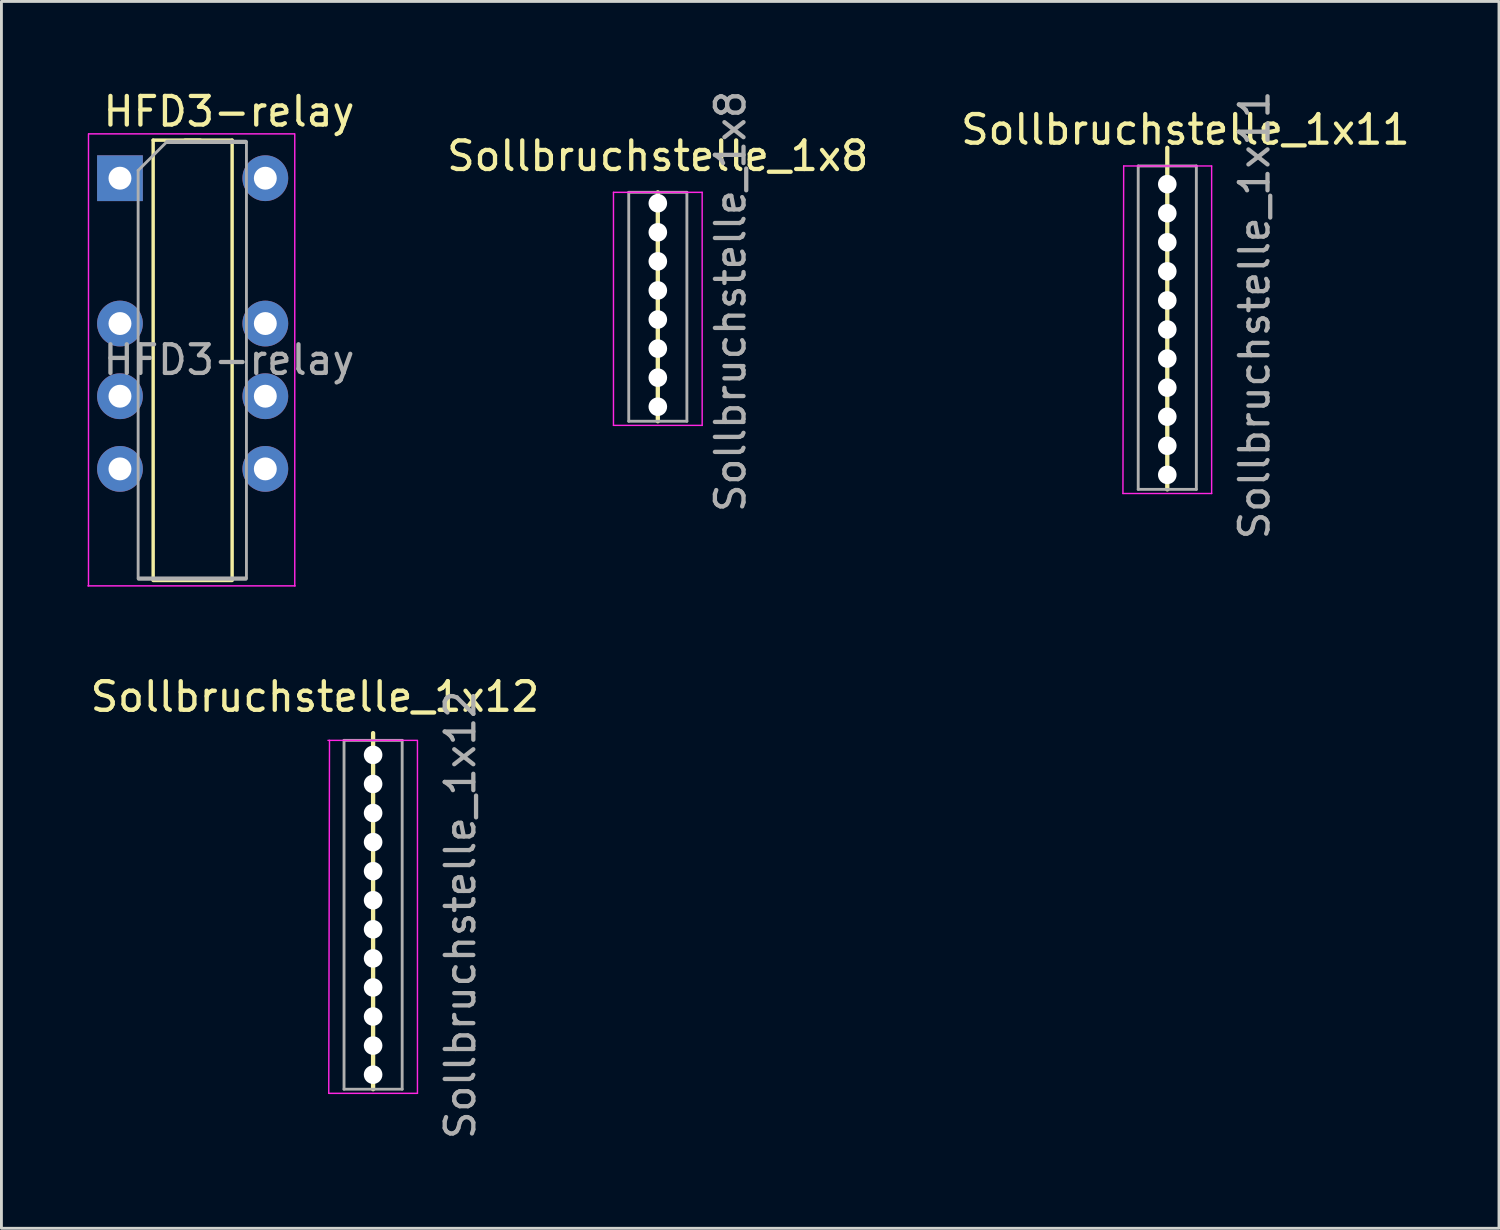
<source format=kicad_pcb>
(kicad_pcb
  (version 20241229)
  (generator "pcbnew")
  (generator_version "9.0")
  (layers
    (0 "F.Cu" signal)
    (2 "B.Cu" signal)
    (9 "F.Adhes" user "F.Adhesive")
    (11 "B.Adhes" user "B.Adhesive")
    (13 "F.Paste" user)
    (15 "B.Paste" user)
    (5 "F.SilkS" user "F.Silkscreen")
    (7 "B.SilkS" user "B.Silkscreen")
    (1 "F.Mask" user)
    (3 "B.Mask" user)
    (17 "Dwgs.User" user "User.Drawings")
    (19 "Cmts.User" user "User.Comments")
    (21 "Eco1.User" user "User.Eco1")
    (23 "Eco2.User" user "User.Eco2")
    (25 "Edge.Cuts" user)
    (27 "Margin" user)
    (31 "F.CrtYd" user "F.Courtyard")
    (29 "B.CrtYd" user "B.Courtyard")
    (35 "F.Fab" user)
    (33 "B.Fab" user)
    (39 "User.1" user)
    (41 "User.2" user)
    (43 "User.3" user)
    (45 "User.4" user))
  (footprint "Sollbruchstelle_1x8"
    (layer "F.Cu")
    (at 19.941 7.101)
    (property "Reference" "Sollbruchstelle_1x8" (at 0 -4.699 0) (layer "F.SilkS") (effects (font (size 1 1) (thickness 0.15))))
    (attr through_hole)
    (fp_line (start 0 -3.429) (end 0 4.572) (stroke (width 0.15) (type solid)) (layer "F.SilkS"))
    (fp_line (start -1.55 -3.429) (end -1.55 4.716) (stroke (width 0.05) (type solid)) (layer "F.CrtYd"))
    (fp_line (start -1.55 4.716) (end 1.55 4.716) (stroke (width 0.05) (type solid)) (layer "F.CrtYd"))
    (fp_line (start 1.55 -3.429) (end -1.55 -3.429) (stroke (width 0.05) (type solid)) (layer "F.CrtYd"))
    (fp_line (start 1.55 4.716) (end 1.55 -3.429) (stroke (width 0.05) (type solid)) (layer "F.CrtYd"))
    (fp_line (start -1.016 -3.429) (end 1.016 -3.429) (stroke (width 0.1) (type solid)) (layer "F.Fab"))
    (fp_line (start -1.016 4.572) (end -1.016 -3.429) (stroke (width 0.1) (type solid)) (layer "F.Fab"))
    (fp_line (start 1.016 -3.429) (end 1.016 4.572) (stroke (width 0.1) (type solid)) (layer "F.Fab"))
    (fp_line (start 1.016 4.572) (end -1.016 4.572) (stroke (width 0.1) (type solid)) (layer "F.Fab"))
    (fp_text user "${REFERENCE}" (at 2.54 0.381 90) (layer "F.Fab") (effects (font (size 1 1) (thickness 0.15))))
    (pad "" np_thru_hole circle (at 0 -3.048) (size 0.65 0.65) (drill 0.65) (layers "*.Cu" "*.Mask"))
    (pad "" np_thru_hole circle (at 0 -2.032) (size 0.65 0.65) (drill 0.65) (layers "*.Cu" "*.Mask"))
    (pad "" np_thru_hole circle (at 0 -1.016) (size 0.65 0.65) (drill 0.65) (layers "*.Cu" "*.Mask"))
    (pad "" np_thru_hole circle (at 0 0) (size 0.65 0.65) (drill 0.65) (layers "*.Cu" "*.Mask"))
    (pad "" np_thru_hole circle (at 0 1.016) (size 0.65 0.65) (drill 0.65) (layers "*.Cu" "*.Mask"))
    (pad "" np_thru_hole circle (at 0 2.032) (size 0.65 0.65) (drill 0.65) (layers "*.Cu" "*.Mask"))
    (pad "" np_thru_hole circle (at 0 3.048) (size 0.65 0.65) (drill 0.65) (layers "*.Cu" "*.Mask"))
    (pad "" np_thru_hole circle (at 0 4.064) (size 0.65 0.65) (drill 0.65) (layers "*.Cu" "*.Mask")))
  (footprint "HFD3-relay"
    (layer "F.Cu")
    (at 1.143 3.178)
    (property "Reference" "HFD3-relay" (at 3.81 -2.33 0) (layer "F.SilkS") (effects (font (size 1 1) (thickness 0.15))))
    (attr through_hole)
    (fp_line (start 1.16 -1.33) (end 1.16 14.03) (stroke (width 0.12) (type solid)) (layer "F.SilkS"))
    (fp_line (start 1.168 14.046) (end 3.912 14.046) (stroke (width 0.15) (type solid)) (layer "F.SilkS"))
    (fp_line (start 2.81 -1.33) (end 1.16 -1.33) (stroke (width 0.12) (type solid)) (layer "F.SilkS"))
    (fp_line (start 3.92 -1.33) (end 2.27 -1.33) (stroke (width 0.12) (type solid)) (layer "F.SilkS"))
    (fp_line (start 3.92 14.03) (end 3.92 -1.33) (stroke (width 0.12) (type solid)) (layer "F.SilkS"))
    (fp_line (start -1.118 14.249) (end 6.121 14.249) (stroke (width 0.051) (type solid)) (layer "F.CrtYd"))
    (fp_line (start -1.1 -1.55) (end -1.1 14.25) (stroke (width 0.05) (type solid)) (layer "F.CrtYd"))
    (fp_line (start -1.092 -1.549) (end 6.096 -1.549) (stroke (width 0.051) (type solid)) (layer "F.CrtYd"))
    (fp_line (start 6.109 14.25) (end 6.109 -1.55) (stroke (width 0.05) (type solid)) (layer "F.CrtYd"))
    (fp_line (start 0.635 -0.27) (end 1.635 -1.27) (stroke (width 0.1) (type solid)) (layer "F.Fab"))
    (fp_line (start 0.635 13.97) (end 0.635 -0.27) (stroke (width 0.1) (type solid)) (layer "F.Fab"))
    (fp_line (start 0.66 13.995) (end 4.394 13.995) (stroke (width 0.15) (type solid)) (layer "F.Fab"))
    (fp_line (start 1.651 -1.27) (end 4.394 -1.27) (stroke (width 0.15) (type solid)) (layer "F.Fab"))
    (fp_line (start 4.42 -1.27) (end 4.42 13.97) (stroke (width 0.1) (type solid)) (layer "F.Fab"))
    (fp_text user "${REFERENCE}" (at 3.81 6.35 0) (layer "F.Fab") (effects (font (size 1 1) (thickness 0.15))))
    (pad "1" thru_hole rect (at 0 0) (size 1.6 1.6) (drill 0.8) (layers "*.Cu" "*.Mask"))
    (pad "3" thru_hole oval (at 0 5.08) (size 1.6 1.6) (drill 0.8) (layers "*.Cu" "*.Mask"))
    (pad "4" thru_hole oval (at 0 7.62) (size 1.6 1.6) (drill 0.8) (layers "*.Cu" "*.Mask"))
    (pad "5" thru_hole oval (at 0 10.16) (size 1.6 1.6) (drill 0.8) (layers "*.Cu" "*.Mask"))
    (pad "8" thru_hole oval (at 5.08 10.16) (size 1.6 1.6) (drill 0.8) (layers "*.Cu" "*.Mask"))
    (pad "9" thru_hole oval (at 5.08 7.62) (size 1.6 1.6) (drill 0.8) (layers "*.Cu" "*.Mask"))
    (pad "10" thru_hole oval (at 5.08 5.08) (size 1.6 1.6) (drill 0.8) (layers "*.Cu" "*.Mask"))
    (pad "12" thru_hole oval (at 5.08 0) (size 1.6 1.6) (drill 0.8) (layers "*.Cu" "*.Mask")))
  (footprint "Sollbruchstelle_1x12"
    (layer "F.Cu")
    (at 9.99 29.43)
    (property "Reference" "Sollbruchstelle_1x12" (at -2.032 -8.128 0) (layer "F.SilkS") (effects (font (size 1 1) (thickness 0.15))))
    (attr through_hole)
    (fp_line (start 0 -6.858) (end 0 5.588) (stroke (width 0.15) (type solid)) (layer "F.SilkS"))
    (fp_line (start -1.55 5.732) (end 1.55 5.732) (stroke (width 0.05) (type solid)) (layer "F.CrtYd"))
    (fp_line (start -1.524 -6.604) (end -1.55 5.732) (stroke (width 0.05) (type solid)) (layer "F.CrtYd"))
    (fp_line (start 1.524 -6.604) (end -1.576 -6.604) (stroke (width 0.05) (type solid)) (layer "F.CrtYd"))
    (fp_line (start 1.55 5.732) (end 1.55 -6.604) (stroke (width 0.05) (type solid)) (layer "F.CrtYd"))
    (fp_line (start -1.016 -6.604) (end 1.016 -6.604) (stroke (width 0.1) (type solid)) (layer "F.Fab"))
    (fp_line (start -1.016 5.588) (end -1.016 -6.604) (stroke (width 0.1) (type solid)) (layer "F.Fab"))
    (fp_line (start 1.016 -6.604) (end 1.016 5.588) (stroke (width 0.1) (type solid)) (layer "F.Fab"))
    (fp_line (start 1.016 5.588) (end -1.016 5.588) (stroke (width 0.1) (type solid)) (layer "F.Fab"))
    (fp_text user "${REFERENCE}" (at 3.048 -0.508 90) (layer "F.Fab") (effects (font (size 1 1) (thickness 0.15))))
    (pad "" np_thru_hole circle (at 0 -6.096) (size 0.65 0.65) (drill 0.65) (layers "*.Cu" "*.Mask"))
    (pad "" np_thru_hole circle (at 0 -5.08) (size 0.65 0.65) (drill 0.65) (layers "*.Cu" "*.Mask"))
    (pad "" np_thru_hole circle (at 0 -4.064) (size 0.65 0.65) (drill 0.65) (layers "*.Cu" "*.Mask"))
    (pad "" np_thru_hole circle (at 0 -3.048) (size 0.65 0.65) (drill 0.65) (layers "*.Cu" "*.Mask"))
    (pad "" np_thru_hole circle (at 0 -2.032) (size 0.65 0.65) (drill 0.65) (layers "*.Cu" "*.Mask"))
    (pad "" np_thru_hole circle (at 0 -1.016) (size 0.65 0.65) (drill 0.65) (layers "*.Cu" "*.Mask"))
    (pad "" np_thru_hole circle (at 0 0) (size 0.65 0.65) (drill 0.65) (layers "*.Cu" "*.Mask"))
    (pad "" np_thru_hole circle (at 0 1.016) (size 0.65 0.65) (drill 0.65) (layers "*.Cu" "*.Mask"))
    (pad "" np_thru_hole circle (at 0 2.032) (size 0.65 0.65) (drill 0.65) (layers "*.Cu" "*.Mask"))
    (pad "" np_thru_hole circle (at 0 3.048) (size 0.65 0.65) (drill 0.65) (layers "*.Cu" "*.Mask"))
    (pad "" np_thru_hole circle (at 0 4.064) (size 0.65 0.65) (drill 0.65) (layers "*.Cu" "*.Mask"))
    (pad "" np_thru_hole circle (at 0 5.08) (size 0.65 0.65) (drill 0.65) (layers "*.Cu" "*.Mask")))
  (footprint "Sollbruchstelle_1x11"
    (layer "F.Cu")
    (at 37.747 8.466)
    (property "Reference" "Sollbruchstelle_1x11" (at 0.635 -6.985 0) (layer "F.SilkS") (effects (font (size 1 1) (thickness 0.15))))
    (attr through_hole)
    (fp_line (start 0 -6.35) (end 0 5.588) (stroke (width 0.15) (type solid)) (layer "F.SilkS"))
    (fp_line (start -1.55 5.732) (end 1.55 5.732) (stroke (width 0.05) (type solid)) (layer "F.CrtYd"))
    (fp_line (start -1.524 -5.715) (end -1.55 5.732) (stroke (width 0.05) (type solid)) (layer "F.CrtYd"))
    (fp_line (start 1.55 -5.715) (end -1.524 -5.715) (stroke (width 0.05) (type solid)) (layer "F.CrtYd"))
    (fp_line (start 1.55 5.732) (end 1.55 -5.715) (stroke (width 0.05) (type solid)) (layer "F.CrtYd"))
    (fp_line (start -1.016 -5.715) (end 1.016 -5.715) (stroke (width 0.1) (type solid)) (layer "F.Fab"))
    (fp_line (start -1.016 5.588) (end -1.016 -5.715) (stroke (width 0.1) (type solid)) (layer "F.Fab"))
    (fp_line (start 1.016 -5.715) (end 1.016 5.588) (stroke (width 0.1) (type solid)) (layer "F.Fab"))
    (fp_line (start 1.016 5.588) (end -1.016 5.588) (stroke (width 0.1) (type solid)) (layer "F.Fab"))
    (fp_text user "${REFERENCE}" (at 3.048 -0.508 90) (layer "F.Fab") (effects (font (size 1 1) (thickness 0.15))))
    (pad "" np_thru_hole circle (at 0 -5.08) (size 0.65 0.65) (drill 0.65) (layers "*.Cu" "*.Mask"))
    (pad "" np_thru_hole circle (at 0 -4.064) (size 0.65 0.65) (drill 0.65) (layers "*.Cu" "*.Mask"))
    (pad "" np_thru_hole circle (at 0 -3.048) (size 0.65 0.65) (drill 0.65) (layers "*.Cu" "*.Mask"))
    (pad "" np_thru_hole circle (at 0 -2.032) (size 0.65 0.65) (drill 0.65) (layers "*.Cu" "*.Mask"))
    (pad "" np_thru_hole circle (at 0 -1.016) (size 0.65 0.65) (drill 0.65) (layers "*.Cu" "*.Mask"))
    (pad "" np_thru_hole circle (at 0 0) (size 0.65 0.65) (drill 0.65) (layers "*.Cu" "*.Mask"))
    (pad "" np_thru_hole circle (at 0 1.016) (size 0.65 0.65) (drill 0.65) (layers "*.Cu" "*.Mask"))
    (pad "" np_thru_hole circle (at 0 2.032) (size 0.65 0.65) (drill 0.65) (layers "*.Cu" "*.Mask"))
    (pad "" np_thru_hole circle (at 0 3.048) (size 0.65 0.65) (drill 0.65) (layers "*.Cu" "*.Mask"))
    (pad "" np_thru_hole circle (at 0 4.064) (size 0.65 0.65) (drill 0.65) (layers "*.Cu" "*.Mask"))
    (pad "" np_thru_hole circle (at 0 5.08) (size 0.65 0.65) (drill 0.65) (layers "*.Cu" "*.Mask")))
  (gr_rect
    (start -3 -3)
    (end 49.34 39.88)
    (stroke (width 0.1) (type default))
    (fill no)
    (layer "Edge.Cuts")))
</source>
